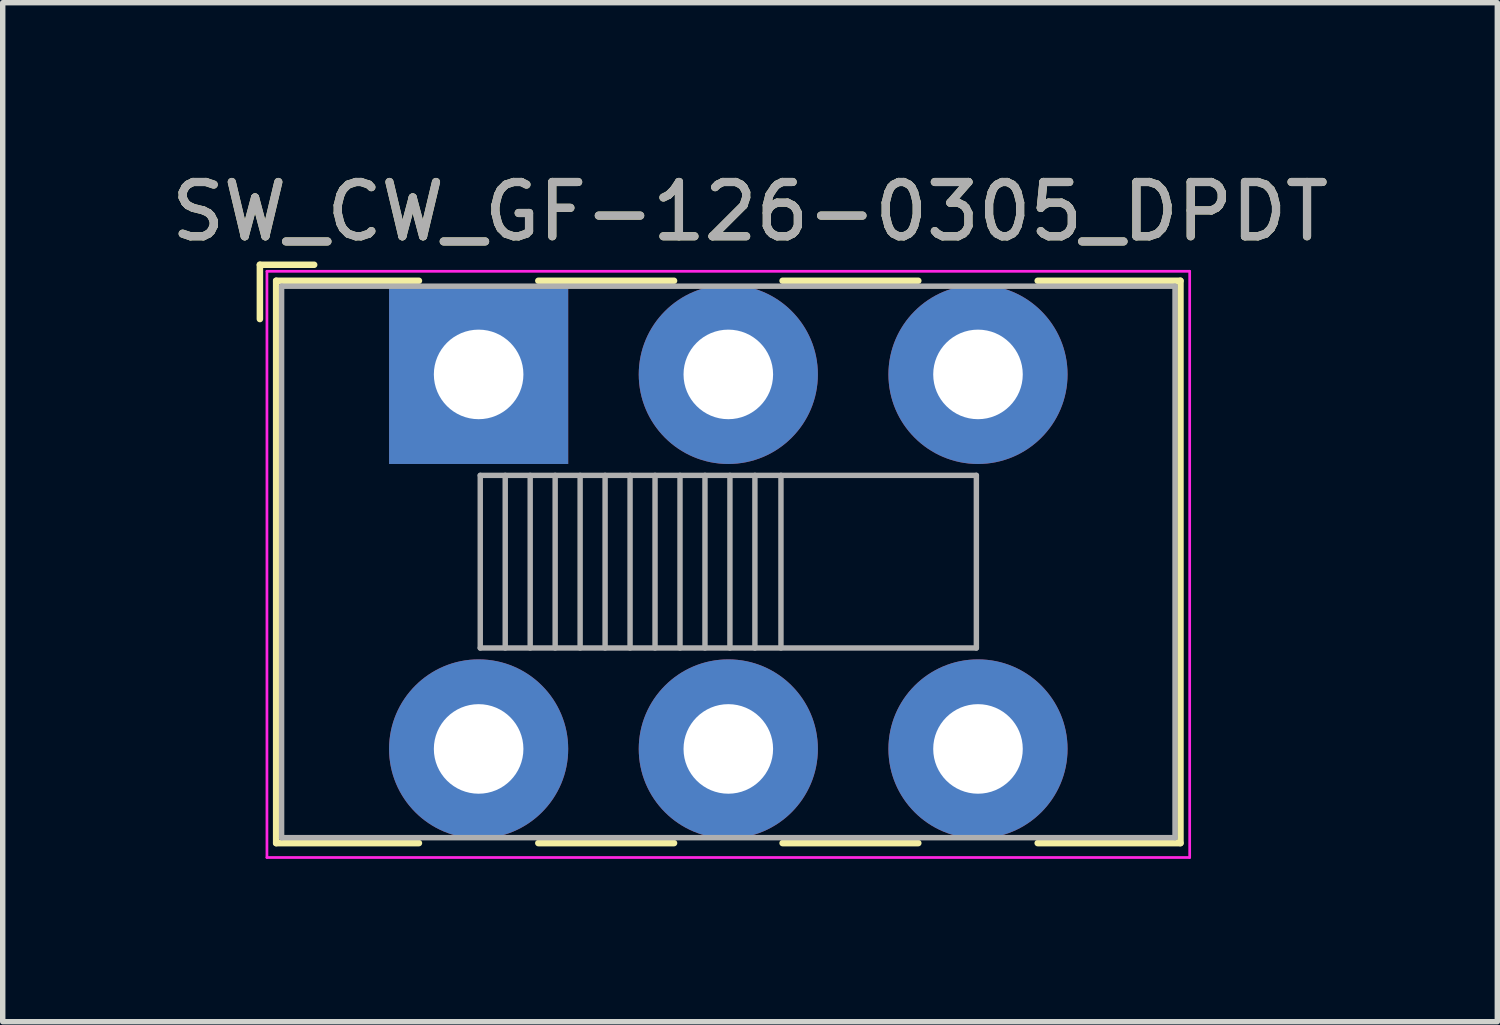
<source format=kicad_pcb>
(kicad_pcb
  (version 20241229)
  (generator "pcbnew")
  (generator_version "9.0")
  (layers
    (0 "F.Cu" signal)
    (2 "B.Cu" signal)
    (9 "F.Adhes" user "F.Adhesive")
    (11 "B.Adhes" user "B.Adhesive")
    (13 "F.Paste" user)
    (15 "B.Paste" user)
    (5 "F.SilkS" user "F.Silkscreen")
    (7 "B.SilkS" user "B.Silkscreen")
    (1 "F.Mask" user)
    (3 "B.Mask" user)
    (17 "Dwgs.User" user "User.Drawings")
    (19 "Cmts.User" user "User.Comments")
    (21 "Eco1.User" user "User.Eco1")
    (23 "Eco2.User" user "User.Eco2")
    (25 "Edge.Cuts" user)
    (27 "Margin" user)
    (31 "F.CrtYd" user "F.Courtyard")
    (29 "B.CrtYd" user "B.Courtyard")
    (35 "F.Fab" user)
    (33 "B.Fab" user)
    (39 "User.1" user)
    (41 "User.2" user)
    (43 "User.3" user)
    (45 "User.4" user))
  (footprint "SW_CW_GF-126-0305_DPDT"
    (layer "F.Cu")
    (at 5.768 3.848)
    (property "Reference" "SW_CW_GF-126-0305_DPDT" (at 5 -3 0) (layer "F.SilkS") (effects (font (size 1 1) (thickness 0.15))))
    (attr through_hole)
    (fp_line (start -4.03 -2.02) (end -3.03 -2.02) (stroke (width 0.12) (type solid)) (layer "F.SilkS"))
    (fp_line (start -4.03 -1.02) (end -4.03 -2.02) (stroke (width 0.12) (type solid)) (layer "F.SilkS"))
    (fp_line (start -3.73 -1.725) (end -1.1 -1.725) (stroke (width 0.12) (type solid)) (layer "F.SilkS"))
    (fp_line (start -3.73 8.635) (end -3.73 -1.725) (stroke (width 0.12) (type solid)) (layer "F.SilkS"))
    (fp_line (start -3.73 8.635) (end -1.1 8.635) (stroke (width 0.12) (type solid)) (layer "F.SilkS"))
    (fp_line (start 1.1 -1.725) (end 3.6 -1.725) (stroke (width 0.12) (type solid)) (layer "F.SilkS"))
    (fp_line (start 1.1 8.635) (end 3.6 8.635) (stroke (width 0.12) (type solid)) (layer "F.SilkS"))
    (fp_line (start 5.6 -1.725) (end 8.1 -1.725) (stroke (width 0.12) (type solid)) (layer "F.SilkS"))
    (fp_line (start 5.6 8.635) (end 8.1 8.635) (stroke (width 0.12) (type solid)) (layer "F.SilkS"))
    (fp_line (start 10.3 -1.725) (end 12.93 -1.725) (stroke (width 0.12) (type solid)) (layer "F.SilkS"))
    (fp_line (start 10.3 8.635) (end 12.93 8.635) (stroke (width 0.12) (type solid)) (layer "F.SilkS"))
    (fp_line (start 12.93 -1.725) (end 12.93 8.635) (stroke (width 0.12) (type solid)) (layer "F.SilkS"))
    (fp_line (start -3.9 -1.9) (end -3.9 8.9) (stroke (width 0.05) (type solid)) (layer "F.CrtYd"))
    (fp_line (start -3.9 8.9) (end 13.1 8.9) (stroke (width 0.05) (type solid)) (layer "F.CrtYd"))
    (fp_line (start 13.1 -1.9) (end -3.9 -1.9) (stroke (width 0.05) (type solid)) (layer "F.CrtYd"))
    (fp_line (start 13.1 8.9) (end 13.1 -1.9) (stroke (width 0.05) (type solid)) (layer "F.CrtYd"))
    (fp_line (start -3.63 -1.625) (end 12.83 -1.625) (stroke (width 0.1) (type solid)) (layer "F.Fab"))
    (fp_line (start -3.63 8.535) (end -3.63 -1.625) (stroke (width 0.1) (type solid)) (layer "F.Fab"))
    (fp_line (start 0.03 1.86) (end 9.17 1.86) (stroke (width 0.1) (type solid)) (layer "F.Fab"))
    (fp_line (start 0.03 5.04) (end 0.03 1.86) (stroke (width 0.1) (type solid)) (layer "F.Fab"))
    (fp_line (start 0.49 1.86) (end 0.49 5.04) (stroke (width 0.1) (type solid)) (layer "F.Fab"))
    (fp_line (start 0.95 1.86) (end 0.95 5.04) (stroke (width 0.1) (type solid)) (layer "F.Fab"))
    (fp_line (start 1.41 1.86) (end 1.41 5.04) (stroke (width 0.1) (type solid)) (layer "F.Fab"))
    (fp_line (start 1.87 1.86) (end 1.87 5.04) (stroke (width 0.1) (type solid)) (layer "F.Fab"))
    (fp_line (start 2.33 1.86) (end 2.33 5.04) (stroke (width 0.1) (type solid)) (layer "F.Fab"))
    (fp_line (start 2.79 1.86) (end 2.79 5.04) (stroke (width 0.1) (type solid)) (layer "F.Fab"))
    (fp_line (start 3.25 1.86) (end 3.25 5.04) (stroke (width 0.1) (type solid)) (layer "F.Fab"))
    (fp_line (start 3.71 1.86) (end 3.71 5.04) (stroke (width 0.1) (type solid)) (layer "F.Fab"))
    (fp_line (start 4.17 1.86) (end 4.17 5.04) (stroke (width 0.1) (type solid)) (layer "F.Fab"))
    (fp_line (start 4.63 1.86) (end 4.63 5.04) (stroke (width 0.1) (type solid)) (layer "F.Fab"))
    (fp_line (start 5.09 1.86) (end 5.09 5.04) (stroke (width 0.1) (type solid)) (layer "F.Fab"))
    (fp_line (start 5.57 1.86) (end 5.57 5.04) (stroke (width 0.1) (type solid)) (layer "F.Fab"))
    (fp_line (start 9.17 1.86) (end 9.17 5.04) (stroke (width 0.1) (type solid)) (layer "F.Fab"))
    (fp_line (start 9.17 5.04) (end 0.03 5.04) (stroke (width 0.1) (type solid)) (layer "F.Fab"))
    (fp_line (start 12.83 -1.625) (end 12.83 8.535) (stroke (width 0.1) (type solid)) (layer "F.Fab"))
    (fp_line (start 12.83 8.535) (end -3.63 8.535) (stroke (width 0.1) (type solid)) (layer "F.Fab"))
    (fp_text user "${REFERENCE}" (at 5 -3 0) (layer "F.Fab") (effects (font (size 1 1) (thickness 0.15))))
    (pad "1" thru_hole rect (at 0 0) (size 3.3 3.3) (drill 1.65) (layers "*.Cu" "*.Mask"))
    (pad "2" thru_hole circle (at 4.6 0) (size 3.3 3.3) (drill 1.65) (layers "*.Cu" "*.Mask"))
    (pad "3" thru_hole circle (at 9.2 0) (size 3.3 3.3) (drill 1.65) (layers "*.Cu" "*.Mask"))
    (pad "4" thru_hole circle (at 0 6.9) (size 3.3 3.3) (drill 1.65) (layers "*.Cu" "*.Mask"))
    (pad "5" thru_hole circle (at 4.6 6.9) (size 3.3 3.3) (drill 1.65) (layers "*.Cu" "*.Mask"))
    (pad "6" thru_hole circle (at 9.2 6.9) (size 3.3 3.3) (drill 1.65) (layers "*.Cu" "*.Mask")))
  (gr_rect
    (start -3 -3)
    (end 24.536 15.773)
    (stroke (width 0.1) (type default))
    (fill no)
    (layer "Edge.Cuts")))
</source>
